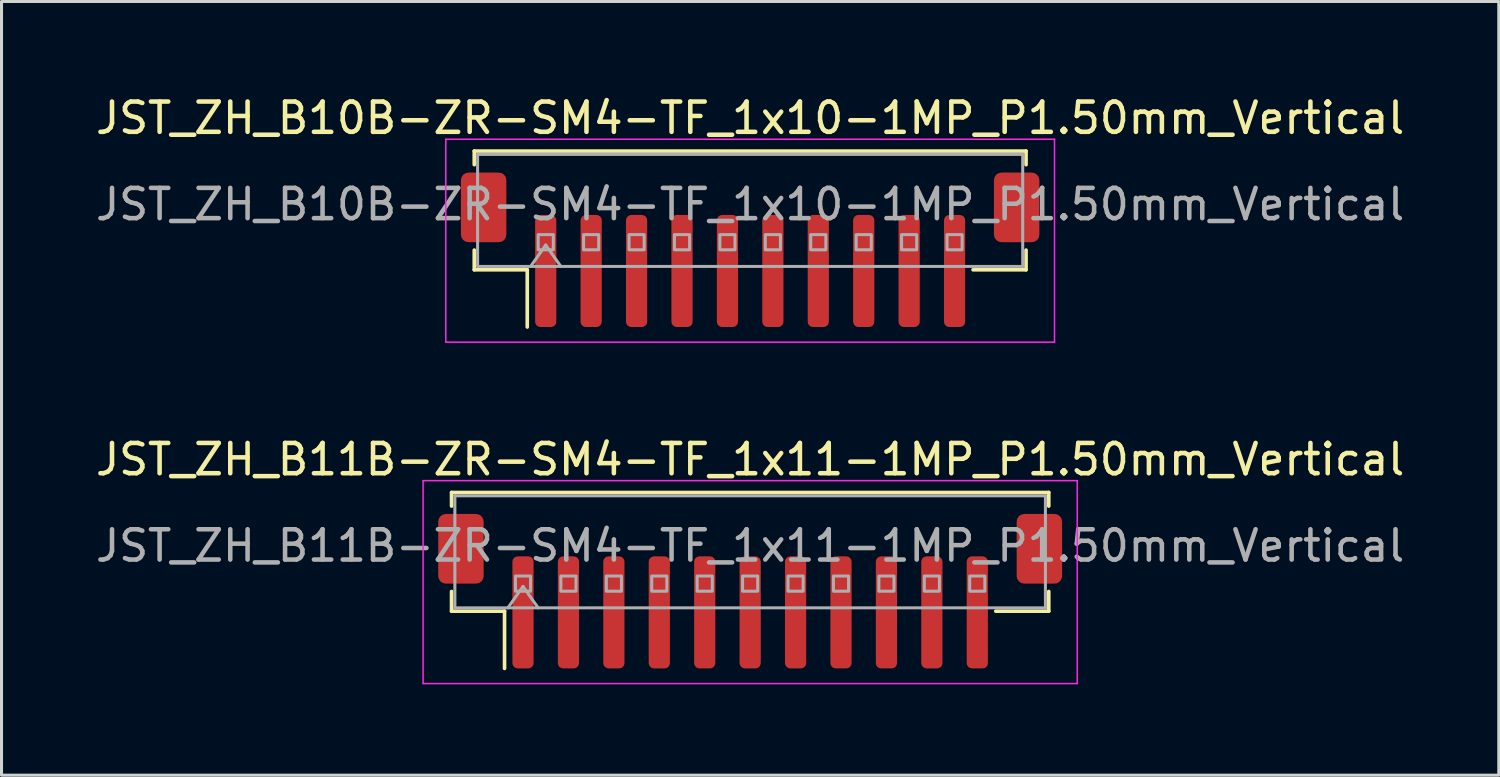
<source format=kicad_pcb>
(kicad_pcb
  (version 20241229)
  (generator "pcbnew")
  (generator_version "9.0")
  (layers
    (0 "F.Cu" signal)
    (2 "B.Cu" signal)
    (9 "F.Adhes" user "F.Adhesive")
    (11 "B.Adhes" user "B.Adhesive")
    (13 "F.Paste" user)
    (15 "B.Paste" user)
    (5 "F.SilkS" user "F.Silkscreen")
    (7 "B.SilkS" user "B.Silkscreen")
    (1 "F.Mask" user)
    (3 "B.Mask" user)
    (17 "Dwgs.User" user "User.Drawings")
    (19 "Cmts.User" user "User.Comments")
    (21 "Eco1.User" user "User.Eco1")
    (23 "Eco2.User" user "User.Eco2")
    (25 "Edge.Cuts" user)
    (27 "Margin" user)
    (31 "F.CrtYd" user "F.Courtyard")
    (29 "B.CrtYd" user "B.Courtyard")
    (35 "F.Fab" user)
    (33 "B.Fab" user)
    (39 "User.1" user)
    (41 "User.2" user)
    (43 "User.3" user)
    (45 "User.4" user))
  (footprint "JST_ZH_B11B-ZR-SM4-TF_1x11-1MP_P1.50mm_Vertical"
    (layer "F.Cu")
    (at 21.72 16.471)
    (property "Reference" "JST_ZH_B11B-ZR-SM4-TF_1x11-1MP_P1.50mm_Vertical" (at 0 -4.35 0) (layer "F.SilkS") (effects (font (size 1 1) (thickness 0.15))))
    (attr smd)
    (fp_line (start -9.86 -3.26) (end 9.86 -3.26) (stroke (width 0.12) (type solid)) (layer "F.SilkS"))
    (fp_line (start -9.86 -2.81) (end -9.86 -3.26) (stroke (width 0.12) (type solid)) (layer "F.SilkS"))
    (fp_line (start -9.86 0.01) (end -9.86 0.66) (stroke (width 0.12) (type solid)) (layer "F.SilkS"))
    (fp_line (start -9.86 0.66) (end -8.11 0.66) (stroke (width 0.12) (type solid)) (layer "F.SilkS"))
    (fp_line (start -8.11 0.66) (end -8.11 2.55) (stroke (width 0.12) (type solid)) (layer "F.SilkS"))
    (fp_line (start 9.86 -3.26) (end 9.86 -2.81) (stroke (width 0.12) (type solid)) (layer "F.SilkS"))
    (fp_line (start 9.86 0.01) (end 9.86 0.66) (stroke (width 0.12) (type solid)) (layer "F.SilkS"))
    (fp_line (start 9.86 0.66) (end 8.11 0.66) (stroke (width 0.12) (type solid)) (layer "F.SilkS"))
    (fp_line (start -10.8 -3.65) (end -10.8 3.05) (stroke (width 0.05) (type solid)) (layer "F.CrtYd"))
    (fp_line (start -10.8 3.05) (end 10.8 3.05) (stroke (width 0.05) (type solid)) (layer "F.CrtYd"))
    (fp_line (start 10.8 -3.65) (end -10.8 -3.65) (stroke (width 0.05) (type solid)) (layer "F.CrtYd"))
    (fp_line (start 10.8 3.05) (end 10.8 -3.65) (stroke (width 0.05) (type solid)) (layer "F.CrtYd"))
    (fp_line (start -9.75 -3.15) (end 9.75 -3.15) (stroke (width 0.1) (type solid)) (layer "F.Fab"))
    (fp_line (start -9.75 0.55) (end -9.75 -3.15) (stroke (width 0.1) (type solid)) (layer "F.Fab"))
    (fp_line (start -9.75 0.55) (end 9.75 0.55) (stroke (width 0.1) (type solid)) (layer "F.Fab"))
    (fp_line (start -8 0.55) (end -7.5 -0.157) (stroke (width 0.1) (type solid)) (layer "F.Fab"))
    (fp_line (start -7.5 -0.157) (end -7 0.55) (stroke (width 0.1) (type solid)) (layer "F.Fab"))
    (fp_line (start 9.75 0.55) (end 9.75 -3.15) (stroke (width 0.1) (type solid)) (layer "F.Fab"))
    (fp_rect (start -7.75 -0.5) (end -7.25 0) (stroke (width 0.1) (type solid)) (fill no) (layer "F.Fab"))
    (fp_rect (start -6.25 -0.5) (end -5.75 0) (stroke (width 0.1) (type solid)) (fill no) (layer "F.Fab"))
    (fp_rect (start -4.75 -0.5) (end -4.25 0) (stroke (width 0.1) (type solid)) (fill no) (layer "F.Fab"))
    (fp_rect (start -3.25 -0.5) (end -2.75 0) (stroke (width 0.1) (type solid)) (fill no) (layer "F.Fab"))
    (fp_rect (start -1.75 -0.5) (end -1.25 0) (stroke (width 0.1) (type solid)) (fill no) (layer "F.Fab"))
    (fp_rect (start -0.25 -0.5) (end 0.25 0) (stroke (width 0.1) (type solid)) (fill no) (layer "F.Fab"))
    (fp_rect (start 1.25 -0.5) (end 1.75 0) (stroke (width 0.1) (type solid)) (fill no) (layer "F.Fab"))
    (fp_rect (start 2.75 -0.5) (end 3.25 0) (stroke (width 0.1) (type solid)) (fill no) (layer "F.Fab"))
    (fp_rect (start 4.25 -0.5) (end 4.75 0) (stroke (width 0.1) (type solid)) (fill no) (layer "F.Fab"))
    (fp_rect (start 5.75 -0.5) (end 6.25 0) (stroke (width 0.1) (type solid)) (fill no) (layer "F.Fab"))
    (fp_rect (start 7.25 -0.5) (end 7.75 0) (stroke (width 0.1) (type solid)) (fill no) (layer "F.Fab"))
    (fp_text user "${REFERENCE}" (at 0 -1.5 0) (layer "F.Fab") (effects (font (size 1 1) (thickness 0.15))))
    (pad "1" smd roundrect (at -7.5 0.7) (size 0.7 3.7) (layers "F.Cu" "F.Mask" "F.Paste") (roundrect_rratio 0.25))
    (pad "2" smd roundrect (at -6 0.7) (size 0.7 3.7) (layers "F.Cu" "F.Mask" "F.Paste") (roundrect_rratio 0.25))
    (pad "3" smd roundrect (at -4.5 0.7) (size 0.7 3.7) (layers "F.Cu" "F.Mask" "F.Paste") (roundrect_rratio 0.25))
    (pad "4" smd roundrect (at -3 0.7) (size 0.7 3.7) (layers "F.Cu" "F.Mask" "F.Paste") (roundrect_rratio 0.25))
    (pad "5" smd roundrect (at -1.5 0.7) (size 0.7 3.7) (layers "F.Cu" "F.Mask" "F.Paste") (roundrect_rratio 0.25))
    (pad "6" smd roundrect (at 0 0.7) (size 0.7 3.7) (layers "F.Cu" "F.Mask" "F.Paste") (roundrect_rratio 0.25))
    (pad "7" smd roundrect (at 1.5 0.7) (size 0.7 3.7) (layers "F.Cu" "F.Mask" "F.Paste") (roundrect_rratio 0.25))
    (pad "8" smd roundrect (at 3 0.7) (size 0.7 3.7) (layers "F.Cu" "F.Mask" "F.Paste") (roundrect_rratio 0.25))
    (pad "9" smd roundrect (at 4.5 0.7) (size 0.7 3.7) (layers "F.Cu" "F.Mask" "F.Paste") (roundrect_rratio 0.25))
    (pad "10" smd roundrect (at 6 0.7) (size 0.7 3.7) (layers "F.Cu" "F.Mask" "F.Paste") (roundrect_rratio 0.25))
    (pad "11" smd roundrect (at 7.5 0.7) (size 0.7 3.7) (layers "F.Cu" "F.Mask" "F.Paste") (roundrect_rratio 0.25))
    (pad "MP" smd roundrect (at -9.55 -1.4) (size 1.5 2.3) (layers "F.Cu" "F.Mask" "F.Paste") (roundrect_rratio 0.167))
    (pad "MP" smd roundrect (at 9.55 -1.4) (size 1.5 2.3) (layers "F.Cu" "F.Mask" "F.Paste") (roundrect_rratio 0.167)))
  (footprint "JST_ZH_B10B-ZR-SM4-TF_1x10-1MP_P1.50mm_Vertical"
    (layer "F.Cu")
    (at 21.72 5.198)
    (property "Reference" "JST_ZH_B10B-ZR-SM4-TF_1x10-1MP_P1.50mm_Vertical" (at 0 -4.35 0) (layer "F.SilkS") (effects (font (size 1 1) (thickness 0.15))))
    (attr smd)
    (fp_line (start -9.11 -3.26) (end 9.11 -3.26) (stroke (width 0.12) (type solid)) (layer "F.SilkS"))
    (fp_line (start -9.11 -2.81) (end -9.11 -3.26) (stroke (width 0.12) (type solid)) (layer "F.SilkS"))
    (fp_line (start -9.11 0.01) (end -9.11 0.66) (stroke (width 0.12) (type solid)) (layer "F.SilkS"))
    (fp_line (start -9.11 0.66) (end -7.36 0.66) (stroke (width 0.12) (type solid)) (layer "F.SilkS"))
    (fp_line (start -7.36 0.66) (end -7.36 2.55) (stroke (width 0.12) (type solid)) (layer "F.SilkS"))
    (fp_line (start 9.11 -3.26) (end 9.11 -2.81) (stroke (width 0.12) (type solid)) (layer "F.SilkS"))
    (fp_line (start 9.11 0.01) (end 9.11 0.66) (stroke (width 0.12) (type solid)) (layer "F.SilkS"))
    (fp_line (start 9.11 0.66) (end 7.36 0.66) (stroke (width 0.12) (type solid)) (layer "F.SilkS"))
    (fp_line (start -10.05 -3.65) (end -10.05 3.05) (stroke (width 0.05) (type solid)) (layer "F.CrtYd"))
    (fp_line (start -10.05 3.05) (end 10.05 3.05) (stroke (width 0.05) (type solid)) (layer "F.CrtYd"))
    (fp_line (start 10.05 -3.65) (end -10.05 -3.65) (stroke (width 0.05) (type solid)) (layer "F.CrtYd"))
    (fp_line (start 10.05 3.05) (end 10.05 -3.65) (stroke (width 0.05) (type solid)) (layer "F.CrtYd"))
    (fp_line (start -9 -3.15) (end 9 -3.15) (stroke (width 0.1) (type solid)) (layer "F.Fab"))
    (fp_line (start -9 0.55) (end -9 -3.15) (stroke (width 0.1) (type solid)) (layer "F.Fab"))
    (fp_line (start -9 0.55) (end 9 0.55) (stroke (width 0.1) (type solid)) (layer "F.Fab"))
    (fp_line (start -7.25 0.55) (end -6.75 -0.157) (stroke (width 0.1) (type solid)) (layer "F.Fab"))
    (fp_line (start -6.75 -0.157) (end -6.25 0.55) (stroke (width 0.1) (type solid)) (layer "F.Fab"))
    (fp_line (start 9 0.55) (end 9 -3.15) (stroke (width 0.1) (type solid)) (layer "F.Fab"))
    (fp_rect (start -7 -0.5) (end -6.5 0) (stroke (width 0.1) (type solid)) (fill no) (layer "F.Fab"))
    (fp_rect (start -5.5 -0.5) (end -5 0) (stroke (width 0.1) (type solid)) (fill no) (layer "F.Fab"))
    (fp_rect (start -4 -0.5) (end -3.5 0) (stroke (width 0.1) (type solid)) (fill no) (layer "F.Fab"))
    (fp_rect (start -2.5 -0.5) (end -2 0) (stroke (width 0.1) (type solid)) (fill no) (layer "F.Fab"))
    (fp_rect (start -1 -0.5) (end -0.5 0) (stroke (width 0.1) (type solid)) (fill no) (layer "F.Fab"))
    (fp_rect (start 0.5 -0.5) (end 1 0) (stroke (width 0.1) (type solid)) (fill no) (layer "F.Fab"))
    (fp_rect (start 2 -0.5) (end 2.5 0) (stroke (width 0.1) (type solid)) (fill no) (layer "F.Fab"))
    (fp_rect (start 3.5 -0.5) (end 4 0) (stroke (width 0.1) (type solid)) (fill no) (layer "F.Fab"))
    (fp_rect (start 5 -0.5) (end 5.5 0) (stroke (width 0.1) (type solid)) (fill no) (layer "F.Fab"))
    (fp_rect (start 6.5 -0.5) (end 7 0) (stroke (width 0.1) (type solid)) (fill no) (layer "F.Fab"))
    (fp_text user "${REFERENCE}" (at 0 -1.5 0) (layer "F.Fab") (effects (font (size 1 1) (thickness 0.15))))
    (pad "1" smd roundrect (at -6.75 0.7) (size 0.7 3.7) (layers "F.Cu" "F.Mask" "F.Paste") (roundrect_rratio 0.25))
    (pad "2" smd roundrect (at -5.25 0.7) (size 0.7 3.7) (layers "F.Cu" "F.Mask" "F.Paste") (roundrect_rratio 0.25))
    (pad "3" smd roundrect (at -3.75 0.7) (size 0.7 3.7) (layers "F.Cu" "F.Mask" "F.Paste") (roundrect_rratio 0.25))
    (pad "4" smd roundrect (at -2.25 0.7) (size 0.7 3.7) (layers "F.Cu" "F.Mask" "F.Paste") (roundrect_rratio 0.25))
    (pad "5" smd roundrect (at -0.75 0.7) (size 0.7 3.7) (layers "F.Cu" "F.Mask" "F.Paste") (roundrect_rratio 0.25))
    (pad "6" smd roundrect (at 0.75 0.7) (size 0.7 3.7) (layers "F.Cu" "F.Mask" "F.Paste") (roundrect_rratio 0.25))
    (pad "7" smd roundrect (at 2.25 0.7) (size 0.7 3.7) (layers "F.Cu" "F.Mask" "F.Paste") (roundrect_rratio 0.25))
    (pad "8" smd roundrect (at 3.75 0.7) (size 0.7 3.7) (layers "F.Cu" "F.Mask" "F.Paste") (roundrect_rratio 0.25))
    (pad "9" smd roundrect (at 5.25 0.7) (size 0.7 3.7) (layers "F.Cu" "F.Mask" "F.Paste") (roundrect_rratio 0.25))
    (pad "10" smd roundrect (at 6.75 0.7) (size 0.7 3.7) (layers "F.Cu" "F.Mask" "F.Paste") (roundrect_rratio 0.25))
    (pad "MP" smd roundrect (at -8.8 -1.4) (size 1.5 2.3) (layers "F.Cu" "F.Mask" "F.Paste") (roundrect_rratio 0.167))
    (pad "MP" smd roundrect (at 8.8 -1.4) (size 1.5 2.3) (layers "F.Cu" "F.Mask" "F.Paste") (roundrect_rratio 0.167)))
  (gr_rect
    (start -3 -3)
    (end 46.44 22.547)
    (stroke (width 0.1) (type default))
    (fill no)
    (layer "Edge.Cuts")))
</source>
